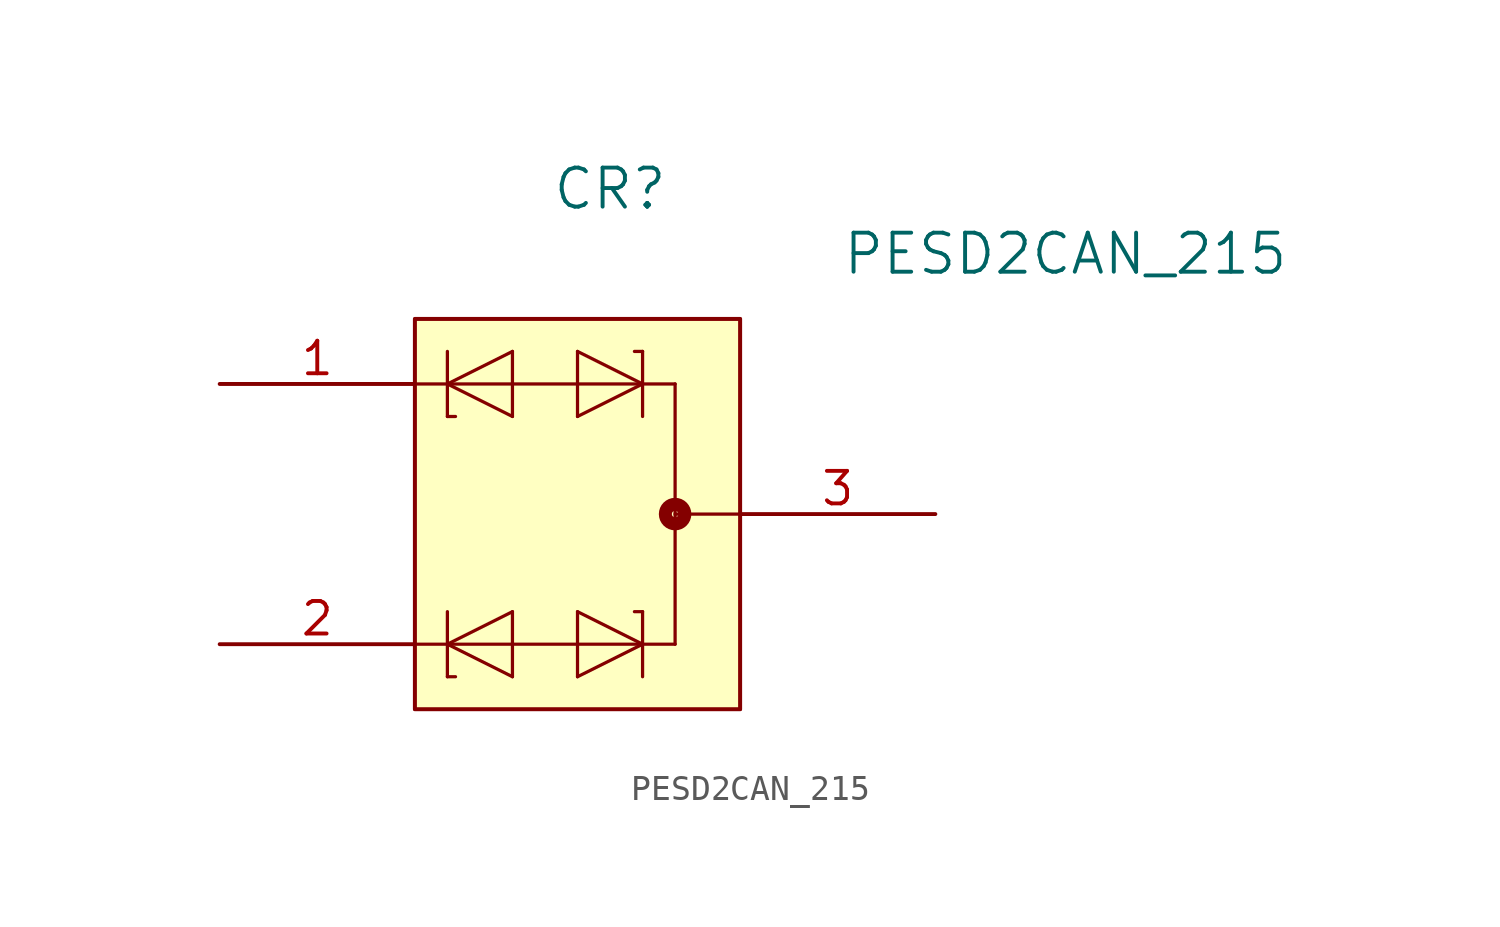
<source format=kicad_sym>
(kicad_symbol_lib
  (version 20220914)
  (generator kicad_symbol_editor)
  (symbol "PESD2CAN_215"
    (pin_names
      (offset 0.254))
    (property "Reference" "CR"
      (at 15.24 7.62 0)
      (effects (font (size 1.524 1.524))))
    (property "Value" "PESD2CAN_215"
      (at 33.02 5.08 0)
      (effects (font (size 1.524 1.524))))
    (property "ki_locked" ""
      (at 0 0 0)
      (effects (font (size 1.27 1.27))))
    (symbol "PESD2CAN_215_0_1"
      (polyline (pts (xy 7.62 -12.7) (xy 20.32 -12.7)) (stroke (width 0.127) (type default)) (fill (type none)))
      (polyline (pts (xy 7.62 -10.16) (xy 17.78 -10.16)) (stroke (width 0.127) (type default)) (fill (type none)))
      (polyline (pts (xy 7.62 0) (xy 17.78 0)) (stroke (width 0.127) (type default)) (fill (type none)))
      (polyline (pts (xy 7.62 2.54) (xy 7.62 -12.7)) (stroke (width 0.127) (type default)) (fill (type none)))
      (polyline (pts (xy 8.89 -11.43) (xy 8.89 -8.89)) (stroke (width 0.127) (type default)) (fill (type none)))
      (polyline (pts (xy 8.89 -11.43) (xy 9.207 -11.43)) (stroke (width 0.127) (type default)) (fill (type none)))
      (polyline (pts (xy 8.89 -10.16) (xy 11.43 -8.89)) (stroke (width 0.127) (type default)) (fill (type none)))
      (polyline (pts (xy 8.89 -1.27) (xy 8.89 1.27)) (stroke (width 0.127) (type default)) (fill (type none)))
      (polyline (pts (xy 8.89 -1.27) (xy 9.207 -1.27)) (stroke (width 0.127) (type default)) (fill (type none)))
      (polyline (pts (xy 8.89 0) (xy 11.43 1.27)) (stroke (width 0.127) (type default)) (fill (type none)))
      (polyline (pts (xy 11.43 -11.43) (xy 8.89 -10.16)) (stroke (width 0.127) (type default)) (fill (type none)))
      (polyline (pts (xy 11.43 -11.43) (xy 11.43 -8.89)) (stroke (width 0.127) (type default)) (fill (type none)))
      (polyline (pts (xy 11.43 -1.27) (xy 8.89 0)) (stroke (width 0.127) (type default)) (fill (type none)))
      (polyline (pts (xy 11.43 -1.27) (xy 11.43 1.27)) (stroke (width 0.127) (type default)) (fill (type none)))
      (polyline (pts (xy 13.97 -8.89) (xy 13.97 -11.43)) (stroke (width 0.127) (type default)) (fill (type none)))
      (polyline (pts (xy 13.97 -8.89) (xy 16.51 -10.16)) (stroke (width 0.127) (type default)) (fill (type none)))
      (polyline (pts (xy 13.97 1.27) (xy 13.97 -1.27)) (stroke (width 0.127) (type default)) (fill (type none)))
      (polyline (pts (xy 13.97 1.27) (xy 16.51 0)) (stroke (width 0.127) (type default)) (fill (type none)))
      (polyline (pts (xy 16.51 -10.16) (xy 13.97 -11.43)) (stroke (width 0.127) (type default)) (fill (type none)))
      (polyline (pts (xy 16.51 -8.89) (xy 16.192 -8.89)) (stroke (width 0.127) (type default)) (fill (type none)))
      (polyline (pts (xy 16.51 -8.89) (xy 16.51 -11.43)) (stroke (width 0.127) (type default)) (fill (type none)))
      (polyline (pts (xy 16.51 0) (xy 13.97 -1.27)) (stroke (width 0.127) (type default)) (fill (type none)))
      (polyline (pts (xy 16.51 1.27) (xy 16.192 1.27)) (stroke (width 0.127) (type default)) (fill (type none)))
      (polyline (pts (xy 16.51 1.27) (xy 16.51 -1.27)) (stroke (width 0.127) (type default)) (fill (type none)))
      (polyline (pts (xy 17.78 -5.08) (xy 20.32 -5.08)) (stroke (width 0.127) (type default)) (fill (type none)))
      (polyline (pts (xy 17.78 0) (xy 17.78 -10.16)) (stroke (width 0.127) (type default)) (fill (type none)))
      (polyline (pts (xy 20.32 -12.7) (xy 20.32 2.54)) (stroke (width 0.127) (type default)) (fill (type none)))
      (polyline (pts (xy 20.32 2.54) (xy 7.62 2.54)) (stroke (width 0.127) (type default)) (fill (type none)))
      (circle (center 17.78 -5.08) (radius 0.127) (stroke (width 0.508) (type default)) (fill (type none))))
    (symbol "PESD2CAN_215_1_1"
      (rectangle (start 7.62 2.54) (end 20.32 -12.7) (stroke (width 0) (type default)) (fill (type background)))
      (pin unspecified line (at 0 0 0) (length 7.62) (name "" (effects (font (size 1.27 1.27)))) (number "1" (effects (font (size 1.27 1.27)))))
      (pin unspecified line (at 0 -10.16 0) (length 7.62) (name "" (effects (font (size 1.27 1.27)))) (number "2" (effects (font (size 1.27 1.27)))))
      (pin unspecified line (at 27.94 -5.08 180) (length 7.62) (name "" (effects (font (size 1.27 1.27)))) (number "3" (effects (font (size 1.27 1.27))))))))
</source>
